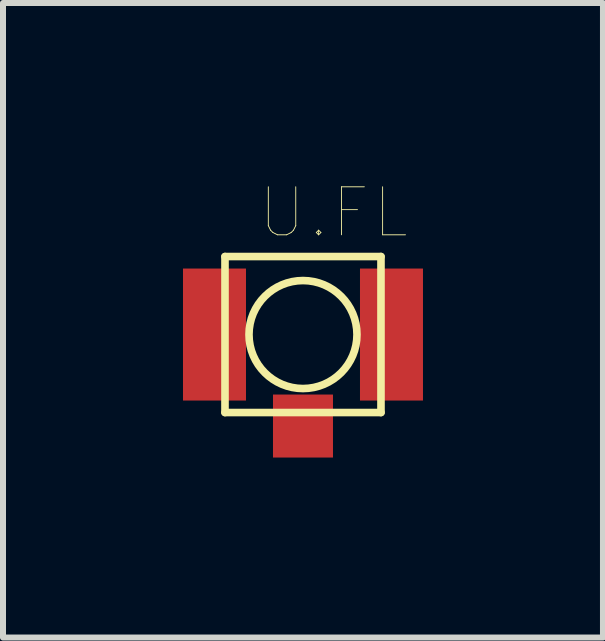
<source format=kicad_pcb>
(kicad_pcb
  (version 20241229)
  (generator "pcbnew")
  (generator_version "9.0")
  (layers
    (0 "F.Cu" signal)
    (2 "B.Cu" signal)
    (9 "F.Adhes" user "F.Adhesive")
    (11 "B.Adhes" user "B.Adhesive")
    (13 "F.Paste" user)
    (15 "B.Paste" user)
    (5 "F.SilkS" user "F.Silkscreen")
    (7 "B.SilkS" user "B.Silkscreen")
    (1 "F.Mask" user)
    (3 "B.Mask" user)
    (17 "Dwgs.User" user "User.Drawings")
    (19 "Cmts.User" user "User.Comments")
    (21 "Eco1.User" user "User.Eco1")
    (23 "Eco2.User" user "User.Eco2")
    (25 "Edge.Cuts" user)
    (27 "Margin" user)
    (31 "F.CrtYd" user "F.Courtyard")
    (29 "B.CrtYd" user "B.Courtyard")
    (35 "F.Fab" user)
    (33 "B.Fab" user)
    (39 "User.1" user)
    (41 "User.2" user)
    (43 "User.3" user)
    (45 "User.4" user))
  (footprint "U.FL"
    (layer "F.Cu")
    (at 2 2.526)
    (property "Reference" "U.FL" (at 0.508 -2.032 0) (layer "F.SilkS") (effects (font (size 0.8 0.8) (thickness 0.015))))
    (attr through_hole)
    (fp_line (start -1.3 -1.3) (end 1.3 -1.3) (stroke (width 0.127) (type solid)) (layer "F.SilkS"))
    (fp_line (start -1.3 1.3) (end -1.3 -1.3) (stroke (width 0.127) (type solid)) (layer "F.SilkS"))
    (fp_line (start 1.3 -1.3) (end 1.3 1.3) (stroke (width 0.127) (type solid)) (layer "F.SilkS"))
    (fp_line (start 1.3 1.3) (end -1.3 1.3) (stroke (width 0.127) (type solid)) (layer "F.SilkS"))
    (fp_circle (center 0 0) (end 0.9 0) (stroke (width 0.127) (type solid)) (fill no) (layer "F.SilkS"))
    (pad "G1" smd rect (at -1.475 0) (size 1.05 2.2) (layers "F.Cu" "F.Mask" "F.Paste"))
    (pad "G2" smd rect (at 1.475 0) (size 1.05 2.2) (layers "F.Cu" "F.Mask" "F.Paste"))
    (pad "SIG" smd rect (at 0 1.525) (size 1 1.05) (layers "F.Cu" "F.Mask" "F.Paste")))
  (gr_rect
    (start -3 -3)
    (end 7 7.576)
    (stroke (width 0.1) (type default))
    (fill no)
    (layer "Edge.Cuts")))
</source>
